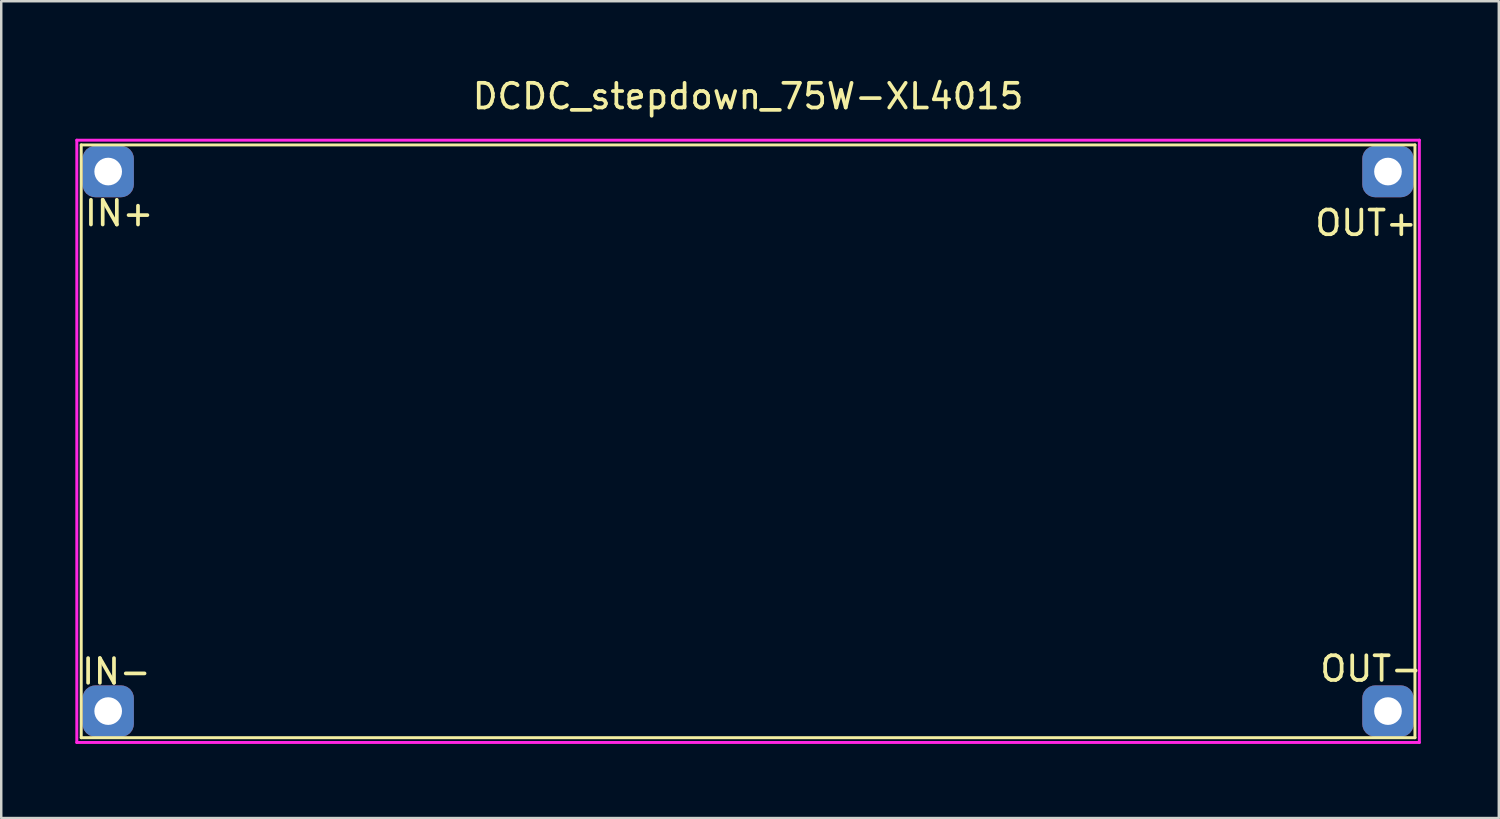
<source format=kicad_pcb>
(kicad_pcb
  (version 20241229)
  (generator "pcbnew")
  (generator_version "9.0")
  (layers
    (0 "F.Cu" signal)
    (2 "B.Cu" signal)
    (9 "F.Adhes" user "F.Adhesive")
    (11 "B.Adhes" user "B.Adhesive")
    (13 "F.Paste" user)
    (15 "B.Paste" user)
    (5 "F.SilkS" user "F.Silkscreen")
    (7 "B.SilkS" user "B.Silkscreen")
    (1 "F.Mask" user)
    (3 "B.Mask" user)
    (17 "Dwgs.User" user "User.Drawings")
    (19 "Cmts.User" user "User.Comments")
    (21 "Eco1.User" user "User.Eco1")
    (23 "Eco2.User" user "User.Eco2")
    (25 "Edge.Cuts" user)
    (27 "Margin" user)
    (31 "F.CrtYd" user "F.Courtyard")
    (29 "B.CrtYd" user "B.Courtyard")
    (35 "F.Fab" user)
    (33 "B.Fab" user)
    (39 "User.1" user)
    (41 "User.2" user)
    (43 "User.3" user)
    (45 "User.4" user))
  (footprint "DCDC_stepdown_75W-XL4015"
    (layer "F.Cu")
    (at 27.238 14.818)
    (property "Reference" "DCDC_stepdown_75W-XL4015" (at 0 -13.97 0) (layer "F.SilkS") (effects (font (size 1 1) (thickness 0.15))))
    (attr through_hole)
    (fp_line (start -27 12) (end -27 -12) (stroke (width 0.12) (type solid)) (layer "F.SilkS"))
    (fp_line (start 27 -12) (end -27 -12) (stroke (width 0.12) (type solid)) (layer "F.SilkS"))
    (fp_line (start 27 12) (end -27 12) (stroke (width 0.12) (type solid)) (layer "F.SilkS"))
    (fp_line (start 27 12) (end 27 -12) (stroke (width 0.12) (type solid)) (layer "F.SilkS"))
    (fp_line (start -27.178 -12.192) (end 27.178 -12.192) (stroke (width 0.12) (type solid)) (layer "F.CrtYd"))
    (fp_line (start -27.178 12.192) (end -27.178 -12.192) (stroke (width 0.12) (type solid)) (layer "F.CrtYd"))
    (fp_line (start 27.178 -12.192) (end 27.178 12.192) (stroke (width 0.12) (type solid)) (layer "F.CrtYd"))
    (fp_line (start 27.178 12.192) (end -27.178 12.192) (stroke (width 0.12) (type solid)) (layer "F.CrtYd"))
    (fp_text user "IN-" (at -25.578 9.322 0) (layer "F.SilkS") (effects (font (size 1 1) (thickness 0.15))))
    (fp_text user "OUT+" (at 25.019 -8.839 0) (layer "F.SilkS") (effects (font (size 1 1) (thickness 0.15))))
    (fp_text user "IN+" (at -25.463 -9.233 0) (layer "F.SilkS") (effects (font (size 1 1) (thickness 0.15))))
    (fp_text user "OUT-" (at 25.222 9.207 0) (layer "F.SilkS") (effects (font (size 1 1) (thickness 0.15))))
    (pad "1" thru_hole roundrect (at -25.908 -10.922) (size 2.08 2.08) (drill 1.12) (layers "*.Cu" "*.Mask") (roundrect_rratio 0.25))
    (pad "1" thru_hole roundrect (at -25.908 10.922) (size 2.08 2.08) (drill 1.12) (layers "*.Cu" "*.Mask") (roundrect_rratio 0.25))
    (pad "1" thru_hole roundrect (at 25.908 -10.922) (size 2.08 2.08) (drill 1.12) (layers "*.Cu" "*.Mask") (roundrect_rratio 0.25))
    (pad "1" thru_hole roundrect (at 25.908 10.922) (size 2.08 2.08) (drill 1.12) (layers "*.Cu" "*.Mask") (roundrect_rratio 0.25)))
  (gr_rect
    (start -3 -3)
    (end 57.633 30.07)
    (stroke (width 0.1) (type default))
    (fill no)
    (layer "Edge.Cuts")))
</source>
